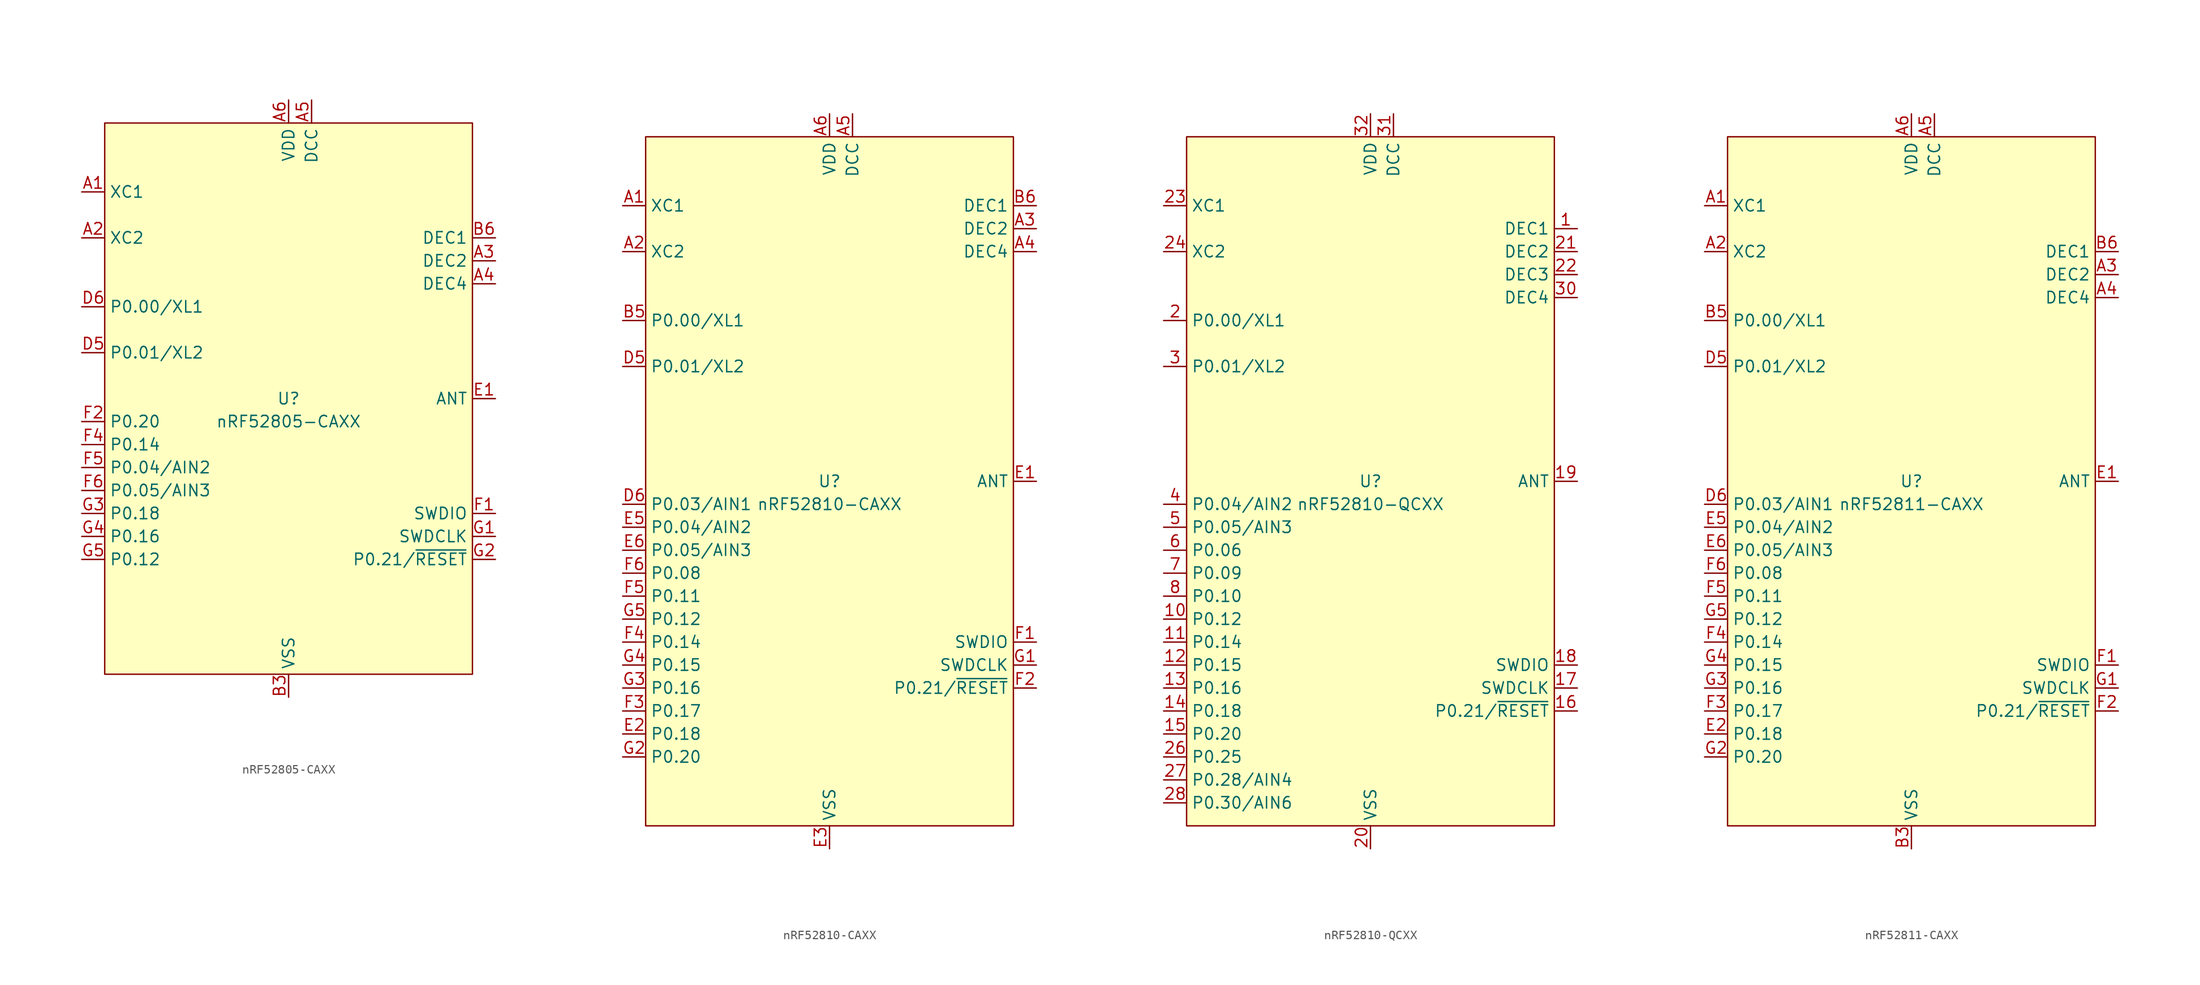
<source format=kicad_sym>
(kicad_symbol_lib
  (version 20241209)
  (generator "kicad_symbol_editor")
  (generator_version "9.0")
  (symbol "nRF52805-CAXX"
    (property "Reference" "U"
      (at 0 0 0)
      (do_not_autoplace)
      (effects (font (size 1.27 1.27))))
    (property "Value" "nRF52805-CAXX"
      (at 0 -2.54 0)
      (do_not_autoplace)
      (effects (font (size 1.27 1.27))))
    (symbol "nRF52805-CAXX_1_0"
      (pin tri_state line (at -22.86 10.16 0) (length 2.54) (name "P0.00/XL1" (effects (font (size 1.27 1.27)))) (number "D6" (effects (font (size 1.27 1.27)))))
      (pin tri_state line (at -22.86 5.08 0) (length 2.54) (name "P0.01/XL2" (effects (font (size 1.27 1.27)))) (number "D5" (effects (font (size 1.27 1.27)))))
      (pin tri_state line (at -22.86 -2.54 0) (length 2.54) (name "P0.20" (effects (font (size 1.27 1.27)))) (number "F2" (effects (font (size 1.27 1.27)))))
      (pin tri_state line (at -22.86 -5.08 0) (length 2.54) (name "P0.14" (effects (font (size 1.27 1.27)))) (number "F4" (effects (font (size 1.27 1.27)))))
      (pin tri_state line (at -22.86 -7.62 0) (length 2.54) (name "P0.04/AIN2" (effects (font (size 1.27 1.27)))) (number "F5" (effects (font (size 1.27 1.27)))))
      (pin tri_state line (at -22.86 -10.16 0) (length 2.54) (name "P0.05/AIN3" (effects (font (size 1.27 1.27)))) (number "F6" (effects (font (size 1.27 1.27)))))
      (pin tri_state line (at -22.86 -12.7 0) (length 2.54) (name "P0.18" (effects (font (size 1.27 1.27)))) (number "G3" (effects (font (size 1.27 1.27)))))
      (pin tri_state line (at -22.86 -15.24 0) (length 2.54) (name "P0.16" (effects (font (size 1.27 1.27)))) (number "G4" (effects (font (size 1.27 1.27)))))
      (pin tri_state line (at -22.86 -17.78 0) (length 2.54) (name "P0.12" (effects (font (size 1.27 1.27)))) (number "G5" (effects (font (size 1.27 1.27)))))
      (pin power_in line (at 0 33.02 270) (length 2.54) (name "VDD" (effects (font (size 1.27 1.27)))) (number "A6" (effects (font (size 1.27 1.27)))))
      (pin power_in line (at 0 33.02 270) (length 2.54) (hide yes) (name "VDD" (effects (font (size 1.27 1.27)))) (number "G6" (effects (font (size 1.27 1.27)))))
      (pin passive line (at 0 -33.02 90) (length 2.54) (name "VSS" (effects (font (size 1.27 1.27)))) (number "B3" (effects (font (size 1.27 1.27)))))
      (pin passive line (at 0 -33.02 90) (length 2.54) (hide yes) (name "VSS" (effects (font (size 1.27 1.27)))) (number "B4" (effects (font (size 1.27 1.27)))))
      (pin passive line (at 0 -33.02 90) (length 2.54) (hide yes) (name "VSS_PA" (effects (font (size 1.27 1.27)))) (number "C1" (effects (font (size 1.27 1.27)))))
      (pin passive line (at 0 -33.02 90) (length 2.54) (hide yes) (name "VSS" (effects (font (size 1.27 1.27)))) (number "D3" (effects (font (size 1.27 1.27)))))
      (pin passive line (at 0 -33.02 90) (length 2.54) (hide yes) (name "VSS" (effects (font (size 1.27 1.27)))) (number "D4" (effects (font (size 1.27 1.27)))))
      (pin passive line (at 0 -33.02 90) (length 2.54) (hide yes) (name "VSS" (effects (font (size 1.27 1.27)))) (number "E3" (effects (font (size 1.27 1.27)))))
      (pin passive line (at 0 -33.02 90) (length 2.54) (hide yes) (name "VSS" (effects (font (size 1.27 1.27)))) (number "E4" (effects (font (size 1.27 1.27)))))
      (pin power_out line (at 2.54 33.02 270) (length 2.54) (name "DCC" (effects (font (size 1.27 1.27)))) (number "A5" (effects (font (size 1.27 1.27)))))
      (pin passive line (at 22.86 17.78 180) (length 2.54) (name "DEC1" (effects (font (size 1.27 1.27)))) (number "B6" (effects (font (size 1.27 1.27)))))
      (pin passive line (at 22.86 15.24 180) (length 2.54) (name "DEC2" (effects (font (size 1.27 1.27)))) (number "A3" (effects (font (size 1.27 1.27)))))
      (pin passive line (at 22.86 12.7 180) (length 2.54) (name "DEC4" (effects (font (size 1.27 1.27)))) (number "A4" (effects (font (size 1.27 1.27)))))
      (pin output line (at 22.86 0 180) (length 2.54) (name "ANT" (effects (font (size 1.27 1.27)))) (number "E1" (effects (font (size 1.27 1.27)))))
      (pin bidirectional line (at 22.86 -12.7 180) (length 2.54) (name "SWDIO" (effects (font (size 1.27 1.27)))) (number "F1" (effects (font (size 1.27 1.27)))))
      (pin bidirectional line (at 22.86 -15.24 180) (length 2.54) (name "SWDCLK" (effects (font (size 1.27 1.27)))) (number "G1" (effects (font (size 1.27 1.27)))))
      (pin tri_state line (at 22.86 -17.78 180) (length 2.54) (name "P0.21/~{RESET}" (effects (font (size 1.27 1.27)))) (number "G2" (effects (font (size 1.27 1.27))))))
    (symbol "nRF52805-CAXX_1_1"
      (rectangle (start -20.32 30.48) (end 20.32 -30.48) (stroke (width 0) (type default)) (fill (type background)))
      (pin passive line (at -22.86 22.86 0) (length 2.54) (name "XC1" (effects (font (size 1.27 1.27)))) (number "A1" (effects (font (size 1.27 1.27)))))
      (pin passive line (at -22.86 17.78 0) (length 2.54) (name "XC2" (effects (font (size 1.27 1.27)))) (number "A2" (effects (font (size 1.27 1.27)))))))
  (symbol "nRF52810-CAXX"
    (property "Reference" "U"
      (at 0 0 0)
      (do_not_autoplace)
      (effects (font (size 1.27 1.27))))
    (property "Value" "nRF52810-CAXX"
      (at 0 -2.54 0)
      (do_not_autoplace)
      (effects (font (size 1.27 1.27))))
    (symbol "nRF52810-CAXX_0_0"
      (pin unspecified line (at -22.86 30.48 0) (length 2.54) (name "XC1" (effects (font (size 1.27 1.27)))) (number "A1" (effects (font (size 1.27 1.27)))))
      (pin unspecified line (at -22.86 25.4 0) (length 2.54) (name "XC2" (effects (font (size 1.27 1.27)))) (number "A2" (effects (font (size 1.27 1.27)))))
      (pin unspecified line (at -22.86 17.78 0) (length 2.54) (name "P0.00/XL1" (effects (font (size 1.27 1.27)))) (number "B5" (effects (font (size 1.27 1.27)))))
      (pin unspecified line (at -22.86 12.7 0) (length 2.54) (name "P0.01/XL2" (effects (font (size 1.27 1.27)))) (number "D5" (effects (font (size 1.27 1.27)))))
      (pin unspecified line (at -22.86 -2.54 0) (length 2.54) (name "P0.03/AIN1" (effects (font (size 1.27 1.27)))) (number "D6" (effects (font (size 1.27 1.27)))))
      (pin unspecified line (at -22.86 -5.08 0) (length 2.54) (name "P0.04/AIN2" (effects (font (size 1.27 1.27)))) (number "E5" (effects (font (size 1.27 1.27)))))
      (pin unspecified line (at -22.86 -7.62 0) (length 2.54) (name "P0.05/AIN3" (effects (font (size 1.27 1.27)))) (number "E6" (effects (font (size 1.27 1.27)))))
      (pin unspecified line (at -22.86 -10.16 0) (length 2.54) (name "P0.08" (effects (font (size 1.27 1.27)))) (number "F6" (effects (font (size 1.27 1.27)))))
      (pin unspecified line (at -22.86 -12.7 0) (length 2.54) (name "P0.11" (effects (font (size 1.27 1.27)))) (number "F5" (effects (font (size 1.27 1.27)))))
      (pin unspecified line (at -22.86 -15.24 0) (length 2.54) (name "P0.12" (effects (font (size 1.27 1.27)))) (number "G5" (effects (font (size 1.27 1.27)))))
      (pin unspecified line (at -22.86 -17.78 0) (length 2.54) (name "P0.14" (effects (font (size 1.27 1.27)))) (number "F4" (effects (font (size 1.27 1.27)))))
      (pin unspecified line (at -22.86 -20.32 0) (length 2.54) (name "P0.15" (effects (font (size 1.27 1.27)))) (number "G4" (effects (font (size 1.27 1.27)))))
      (pin unspecified line (at -22.86 -22.86 0) (length 2.54) (name "P0.16" (effects (font (size 1.27 1.27)))) (number "G3" (effects (font (size 1.27 1.27)))))
      (pin unspecified line (at -22.86 -25.4 0) (length 2.54) (name "P0.17" (effects (font (size 1.27 1.27)))) (number "F3" (effects (font (size 1.27 1.27)))))
      (pin unspecified line (at -22.86 -27.94 0) (length 2.54) (name "P0.18" (effects (font (size 1.27 1.27)))) (number "E2" (effects (font (size 1.27 1.27)))))
      (pin unspecified line (at -22.86 -30.48 0) (length 2.54) (name "P0.20" (effects (font (size 1.27 1.27)))) (number "G2" (effects (font (size 1.27 1.27)))))
      (pin unspecified line (at 0 40.64 270) (length 2.54) (name "VDD" (effects (font (size 1.27 1.27)))) (number "A6" (effects (font (size 1.27 1.27)))))
      (pin unspecified line (at 0 -40.64 90) (length 2.54) (name "VSS" (effects (font (size 1.27 1.27)))) (number "E3" (effects (font (size 1.27 1.27)))))
      (pin unspecified line (at 2.54 40.64 270) (length 2.54) (name "DCC" (effects (font (size 1.27 1.27)))) (number "A5" (effects (font (size 1.27 1.27)))))
      (pin unspecified line (at 22.86 0 180) (length 2.54) (name "ANT" (effects (font (size 1.27 1.27)))) (number "E1" (effects (font (size 1.27 1.27)))))
      (pin unspecified line (at 22.86 -17.78 180) (length 2.54) (name "SWDIO" (effects (font (size 1.27 1.27)))) (number "F1" (effects (font (size 1.27 1.27)))))
      (pin unspecified line (at 22.86 -20.32 180) (length 2.54) (name "SWDCLK" (effects (font (size 1.27 1.27)))) (number "G1" (effects (font (size 1.27 1.27))))))
    (symbol "nRF52810-CAXX_1_0"
      (pin unspecified line (at 0 40.64 270) (length 2.54) (hide yes) (name "VDD" (effects (font (size 1.27 1.27)))) (number "G6" (effects (font (size 1.27 1.27)))))
      (pin unspecified line (at 0 -40.64 90) (length 2.54) (hide yes) (name "VSS" (effects (font (size 1.27 1.27)))) (number "B3" (effects (font (size 1.27 1.27)))))
      (pin unspecified line (at 0 -40.64 90) (length 2.54) (hide yes) (name "VSS" (effects (font (size 1.27 1.27)))) (number "B4" (effects (font (size 1.27 1.27)))))
      (pin unspecified line (at 0 -40.64 90) (length 2.54) (hide yes) (name "VSS_PA" (effects (font (size 1.27 1.27)))) (number "C1" (effects (font (size 1.27 1.27)))))
      (pin unspecified line (at 0 -40.64 90) (length 2.54) (hide yes) (name "VSS" (effects (font (size 1.27 1.27)))) (number "D3" (effects (font (size 1.27 1.27)))))
      (pin unspecified line (at 0 -40.64 90) (length 2.54) (hide yes) (name "VSS" (effects (font (size 1.27 1.27)))) (number "D4" (effects (font (size 1.27 1.27)))))
      (pin unspecified line (at 0 -40.64 90) (length 2.54) (hide yes) (name "VSS" (effects (font (size 1.27 1.27)))) (number "E4" (effects (font (size 1.27 1.27)))))
      (pin unspecified line (at 22.86 30.48 180) (length 2.54) (name "DEC1" (effects (font (size 1.27 1.27)))) (number "B6" (effects (font (size 1.27 1.27)))))
      (pin unspecified line (at 22.86 27.94 180) (length 2.54) (name "DEC2" (effects (font (size 1.27 1.27)))) (number "A3" (effects (font (size 1.27 1.27)))))
      (pin unspecified line (at 22.86 25.4 180) (length 2.54) (name "DEC4" (effects (font (size 1.27 1.27)))) (number "A4" (effects (font (size 1.27 1.27)))))
      (pin unspecified line (at 22.86 -22.86 180) (length 2.54) (name "P0.21/~{RESET}" (effects (font (size 1.27 1.27)))) (number "F2" (effects (font (size 1.27 1.27))))))
    (symbol "nRF52810-CAXX_1_1"
      (rectangle (start -20.32 38.1) (end 20.32 -38.1) (stroke (width 0) (type default)) (fill (type background)))))
  (symbol "nRF52810-QCXX"
    (property "Reference" "U"
      (at 0 0 0)
      (do_not_autoplace)
      (effects (font (size 1.27 1.27))))
    (property "Value" "nRF52810-QCXX"
      (at 0 -2.54 0)
      (do_not_autoplace)
      (effects (font (size 1.27 1.27))))
    (symbol "nRF52810-QCXX_0_0"
      (pin unspecified line (at -22.86 30.48 0) (length 2.54) (name "XC1" (effects (font (size 1.27 1.27)))) (number "23" (effects (font (size 1.27 1.27)))))
      (pin unspecified line (at -22.86 25.4 0) (length 2.54) (name "XC2" (effects (font (size 1.27 1.27)))) (number "24" (effects (font (size 1.27 1.27)))))
      (pin unspecified line (at -22.86 17.78 0) (length 2.54) (name "P0.00/XL1" (effects (font (size 1.27 1.27)))) (number "2" (effects (font (size 1.27 1.27)))))
      (pin unspecified line (at -22.86 12.7 0) (length 2.54) (name "P0.01/XL2" (effects (font (size 1.27 1.27)))) (number "3" (effects (font (size 1.27 1.27)))))
      (pin unspecified line (at -22.86 -2.54 0) (length 2.54) (name "P0.04/AIN2" (effects (font (size 1.27 1.27)))) (number "4" (effects (font (size 1.27 1.27)))))
      (pin unspecified line (at -22.86 -5.08 0) (length 2.54) (name "P0.05/AIN3" (effects (font (size 1.27 1.27)))) (number "5" (effects (font (size 1.27 1.27)))))
      (pin unspecified line (at -22.86 -7.62 0) (length 2.54) (name "P0.06" (effects (font (size 1.27 1.27)))) (number "6" (effects (font (size 1.27 1.27)))))
      (pin unspecified line (at -22.86 -10.16 0) (length 2.54) (name "P0.09" (effects (font (size 1.27 1.27)))) (number "7" (effects (font (size 1.27 1.27)))))
      (pin unspecified line (at -22.86 -12.7 0) (length 2.54) (name "P0.10" (effects (font (size 1.27 1.27)))) (number "8" (effects (font (size 1.27 1.27)))))
      (pin unspecified line (at -22.86 -15.24 0) (length 2.54) (name "P0.12" (effects (font (size 1.27 1.27)))) (number "10" (effects (font (size 1.27 1.27)))))
      (pin unspecified line (at -22.86 -17.78 0) (length 2.54) (name "P0.14" (effects (font (size 1.27 1.27)))) (number "11" (effects (font (size 1.27 1.27)))))
      (pin unspecified line (at -22.86 -20.32 0) (length 2.54) (name "P0.15" (effects (font (size 1.27 1.27)))) (number "12" (effects (font (size 1.27 1.27)))))
      (pin unspecified line (at -22.86 -22.86 0) (length 2.54) (name "P0.16" (effects (font (size 1.27 1.27)))) (number "13" (effects (font (size 1.27 1.27)))))
      (pin unspecified line (at -22.86 -25.4 0) (length 2.54) (name "P0.18" (effects (font (size 1.27 1.27)))) (number "14" (effects (font (size 1.27 1.27)))))
      (pin unspecified line (at -22.86 -27.94 0) (length 2.54) (name "P0.20" (effects (font (size 1.27 1.27)))) (number "15" (effects (font (size 1.27 1.27)))))
      (pin unspecified line (at -22.86 -30.48 0) (length 2.54) (name "P0.25" (effects (font (size 1.27 1.27)))) (number "26" (effects (font (size 1.27 1.27)))))
      (pin unspecified line (at -22.86 -33.02 0) (length 2.54) (name "P0.28/AIN4" (effects (font (size 1.27 1.27)))) (number "27" (effects (font (size 1.27 1.27)))))
      (pin unspecified line (at -22.86 -35.56 0) (length 2.54) (name "P0.30/AIN6" (effects (font (size 1.27 1.27)))) (number "28" (effects (font (size 1.27 1.27)))))
      (pin unspecified line (at 0 40.64 270) (length 2.54) (name "VDD" (effects (font (size 1.27 1.27)))) (number "32" (effects (font (size 1.27 1.27)))))
      (pin unspecified line (at 0 -40.64 90) (length 2.54) (name "VSS" (effects (font (size 1.27 1.27)))) (number "20" (effects (font (size 1.27 1.27)))))
      (pin unspecified line (at 2.54 40.64 270) (length 2.54) (name "DCC" (effects (font (size 1.27 1.27)))) (number "31" (effects (font (size 1.27 1.27)))))
      (pin unspecified line (at 22.86 0 180) (length 2.54) (name "ANT" (effects (font (size 1.27 1.27)))) (number "19" (effects (font (size 1.27 1.27)))))
      (pin unspecified line (at 22.86 -20.32 180) (length 2.54) (name "SWDIO" (effects (font (size 1.27 1.27)))) (number "18" (effects (font (size 1.27 1.27)))))
      (pin unspecified line (at 22.86 -22.86 180) (length 2.54) (name "SWDCLK" (effects (font (size 1.27 1.27)))) (number "17" (effects (font (size 1.27 1.27))))))
    (symbol "nRF52810-QCXX_1_0"
      (pin unspecified line (at 0 40.64 270) (length 2.54) (hide yes) (name "VDD" (effects (font (size 1.27 1.27)))) (number "25" (effects (font (size 1.27 1.27)))))
      (pin unspecified line (at 0 40.64 270) (length 2.54) (hide yes) (name "VDD" (effects (font (size 1.27 1.27)))) (number "9" (effects (font (size 1.27 1.27)))))
      (pin unspecified line (at 0 -40.64 90) (length 2.54) (hide yes) (name "VSS" (effects (font (size 1.27 1.27)))) (number "29" (effects (font (size 1.27 1.27)))))
      (pin unspecified line (at 0 -40.64 90) (length 2.54) (hide yes) (name "VSS" (effects (font (size 1.27 1.27)))) (number "EP" (effects (font (size 1.27 1.27)))))
      (pin unspecified line (at 22.86 27.94 180) (length 2.54) (name "DEC1" (effects (font (size 1.27 1.27)))) (number "1" (effects (font (size 1.27 1.27)))))
      (pin unspecified line (at 22.86 25.4 180) (length 2.54) (name "DEC2" (effects (font (size 1.27 1.27)))) (number "21" (effects (font (size 1.27 1.27)))))
      (pin unspecified line (at 22.86 22.86 180) (length 2.54) (name "DEC3" (effects (font (size 1.27 1.27)))) (number "22" (effects (font (size 1.27 1.27)))))
      (pin unspecified line (at 22.86 20.32 180) (length 2.54) (name "DEC4" (effects (font (size 1.27 1.27)))) (number "30" (effects (font (size 1.27 1.27)))))
      (pin unspecified line (at 22.86 -25.4 180) (length 2.54) (name "P0.21/~{RESET}" (effects (font (size 1.27 1.27)))) (number "16" (effects (font (size 1.27 1.27))))))
    (symbol "nRF52810-QCXX_1_1"
      (rectangle (start -20.32 38.1) (end 20.32 -38.1) (stroke (width 0) (type default)) (fill (type background)))))
  (symbol "nRF52811-CAXX"
    (property "Reference" "U"
      (at 0 0 0)
      (do_not_autoplace)
      (effects (font (size 1.27 1.27))))
    (property "Value" "nRF52811-CAXX"
      (at 0 -2.54 0)
      (do_not_autoplace)
      (effects (font (size 1.27 1.27))))
    (symbol "nRF52811-CAXX_0_0"
      (pin unspecified line (at -22.86 30.48 0) (length 2.54) (name "XC1" (effects (font (size 1.27 1.27)))) (number "A1" (effects (font (size 1.27 1.27)))))
      (pin unspecified line (at -22.86 25.4 0) (length 2.54) (name "XC2" (effects (font (size 1.27 1.27)))) (number "A2" (effects (font (size 1.27 1.27)))))
      (pin unspecified line (at -22.86 17.78 0) (length 2.54) (name "P0.00/XL1" (effects (font (size 1.27 1.27)))) (number "B5" (effects (font (size 1.27 1.27)))))
      (pin unspecified line (at -22.86 12.7 0) (length 2.54) (name "P0.01/XL2" (effects (font (size 1.27 1.27)))) (number "D5" (effects (font (size 1.27 1.27)))))
      (pin unspecified line (at -22.86 -2.54 0) (length 2.54) (name "P0.03/AIN1" (effects (font (size 1.27 1.27)))) (number "D6" (effects (font (size 1.27 1.27)))))
      (pin unspecified line (at -22.86 -5.08 0) (length 2.54) (name "P0.04/AIN2" (effects (font (size 1.27 1.27)))) (number "E5" (effects (font (size 1.27 1.27)))))
      (pin unspecified line (at -22.86 -7.62 0) (length 2.54) (name "P0.05/AIN3" (effects (font (size 1.27 1.27)))) (number "E6" (effects (font (size 1.27 1.27)))))
      (pin unspecified line (at -22.86 -10.16 0) (length 2.54) (name "P0.08" (effects (font (size 1.27 1.27)))) (number "F6" (effects (font (size 1.27 1.27)))))
      (pin unspecified line (at -22.86 -12.7 0) (length 2.54) (name "P0.11" (effects (font (size 1.27 1.27)))) (number "F5" (effects (font (size 1.27 1.27)))))
      (pin unspecified line (at -22.86 -15.24 0) (length 2.54) (name "P0.12" (effects (font (size 1.27 1.27)))) (number "G5" (effects (font (size 1.27 1.27)))))
      (pin unspecified line (at -22.86 -17.78 0) (length 2.54) (name "P0.14" (effects (font (size 1.27 1.27)))) (number "F4" (effects (font (size 1.27 1.27)))))
      (pin unspecified line (at -22.86 -20.32 0) (length 2.54) (name "P0.15" (effects (font (size 1.27 1.27)))) (number "G4" (effects (font (size 1.27 1.27)))))
      (pin unspecified line (at -22.86 -22.86 0) (length 2.54) (name "P0.16" (effects (font (size 1.27 1.27)))) (number "G3" (effects (font (size 1.27 1.27)))))
      (pin unspecified line (at -22.86 -25.4 0) (length 2.54) (name "P0.17" (effects (font (size 1.27 1.27)))) (number "F3" (effects (font (size 1.27 1.27)))))
      (pin unspecified line (at -22.86 -27.94 0) (length 2.54) (name "P0.18" (effects (font (size 1.27 1.27)))) (number "E2" (effects (font (size 1.27 1.27)))))
      (pin unspecified line (at -22.86 -30.48 0) (length 2.54) (name "P0.20" (effects (font (size 1.27 1.27)))) (number "G2" (effects (font (size 1.27 1.27)))))
      (pin unspecified line (at 0 40.64 270) (length 2.54) (name "VDD" (effects (font (size 1.27 1.27)))) (number "A6" (effects (font (size 1.27 1.27)))))
      (pin unspecified line (at 0 -40.64 90) (length 2.54) (name "VSS" (effects (font (size 1.27 1.27)))) (number "B3" (effects (font (size 1.27 1.27)))))
      (pin unspecified line (at 2.54 40.64 270) (length 2.54) (name "DCC" (effects (font (size 1.27 1.27)))) (number "A5" (effects (font (size 1.27 1.27)))))
      (pin unspecified line (at 22.86 0 180) (length 2.54) (name "ANT" (effects (font (size 1.27 1.27)))) (number "E1" (effects (font (size 1.27 1.27)))))
      (pin unspecified line (at 22.86 -20.32 180) (length 2.54) (name "SWDIO" (effects (font (size 1.27 1.27)))) (number "F1" (effects (font (size 1.27 1.27)))))
      (pin unspecified line (at 22.86 -22.86 180) (length 2.54) (name "SWDCLK" (effects (font (size 1.27 1.27)))) (number "G1" (effects (font (size 1.27 1.27))))))
    (symbol "nRF52811-CAXX_1_0"
      (pin unspecified line (at 0 40.64 270) (length 2.54) (hide yes) (name "VDD" (effects (font (size 1.27 1.27)))) (number "G6" (effects (font (size 1.27 1.27)))))
      (pin unspecified line (at 0 -40.64 90) (length 2.54) (hide yes) (name "VSS" (effects (font (size 1.27 1.27)))) (number "B4" (effects (font (size 1.27 1.27)))))
      (pin unspecified line (at 0 -40.64 90) (length 2.54) (hide yes) (name "VSS_PA" (effects (font (size 1.27 1.27)))) (number "C1" (effects (font (size 1.27 1.27)))))
      (pin unspecified line (at 0 -40.64 90) (length 2.54) (hide yes) (name "VSS" (effects (font (size 1.27 1.27)))) (number "D3" (effects (font (size 1.27 1.27)))))
      (pin unspecified line (at 0 -40.64 90) (length 2.54) (hide yes) (name "VSS" (effects (font (size 1.27 1.27)))) (number "D4" (effects (font (size 1.27 1.27)))))
      (pin unspecified line (at 0 -40.64 90) (length 2.54) (hide yes) (name "VSS" (effects (font (size 1.27 1.27)))) (number "E3" (effects (font (size 1.27 1.27)))))
      (pin unspecified line (at 0 -40.64 90) (length 2.54) (hide yes) (name "VSS" (effects (font (size 1.27 1.27)))) (number "E4" (effects (font (size 1.27 1.27)))))
      (pin unspecified line (at 22.86 25.4 180) (length 2.54) (name "DEC1" (effects (font (size 1.27 1.27)))) (number "B6" (effects (font (size 1.27 1.27)))))
      (pin unspecified line (at 22.86 22.86 180) (length 2.54) (name "DEC2" (effects (font (size 1.27 1.27)))) (number "A3" (effects (font (size 1.27 1.27)))))
      (pin unspecified line (at 22.86 20.32 180) (length 2.54) (name "DEC4" (effects (font (size 1.27 1.27)))) (number "A4" (effects (font (size 1.27 1.27)))))
      (pin unspecified line (at 22.86 -25.4 180) (length 2.54) (name "P0.21/~{RESET}" (effects (font (size 1.27 1.27)))) (number "F2" (effects (font (size 1.27 1.27))))))
    (symbol "nRF52811-CAXX_1_1"
      (rectangle (start -20.32 38.1) (end 20.32 -38.1) (stroke (width 0) (type default)) (fill (type background))))))
</source>
